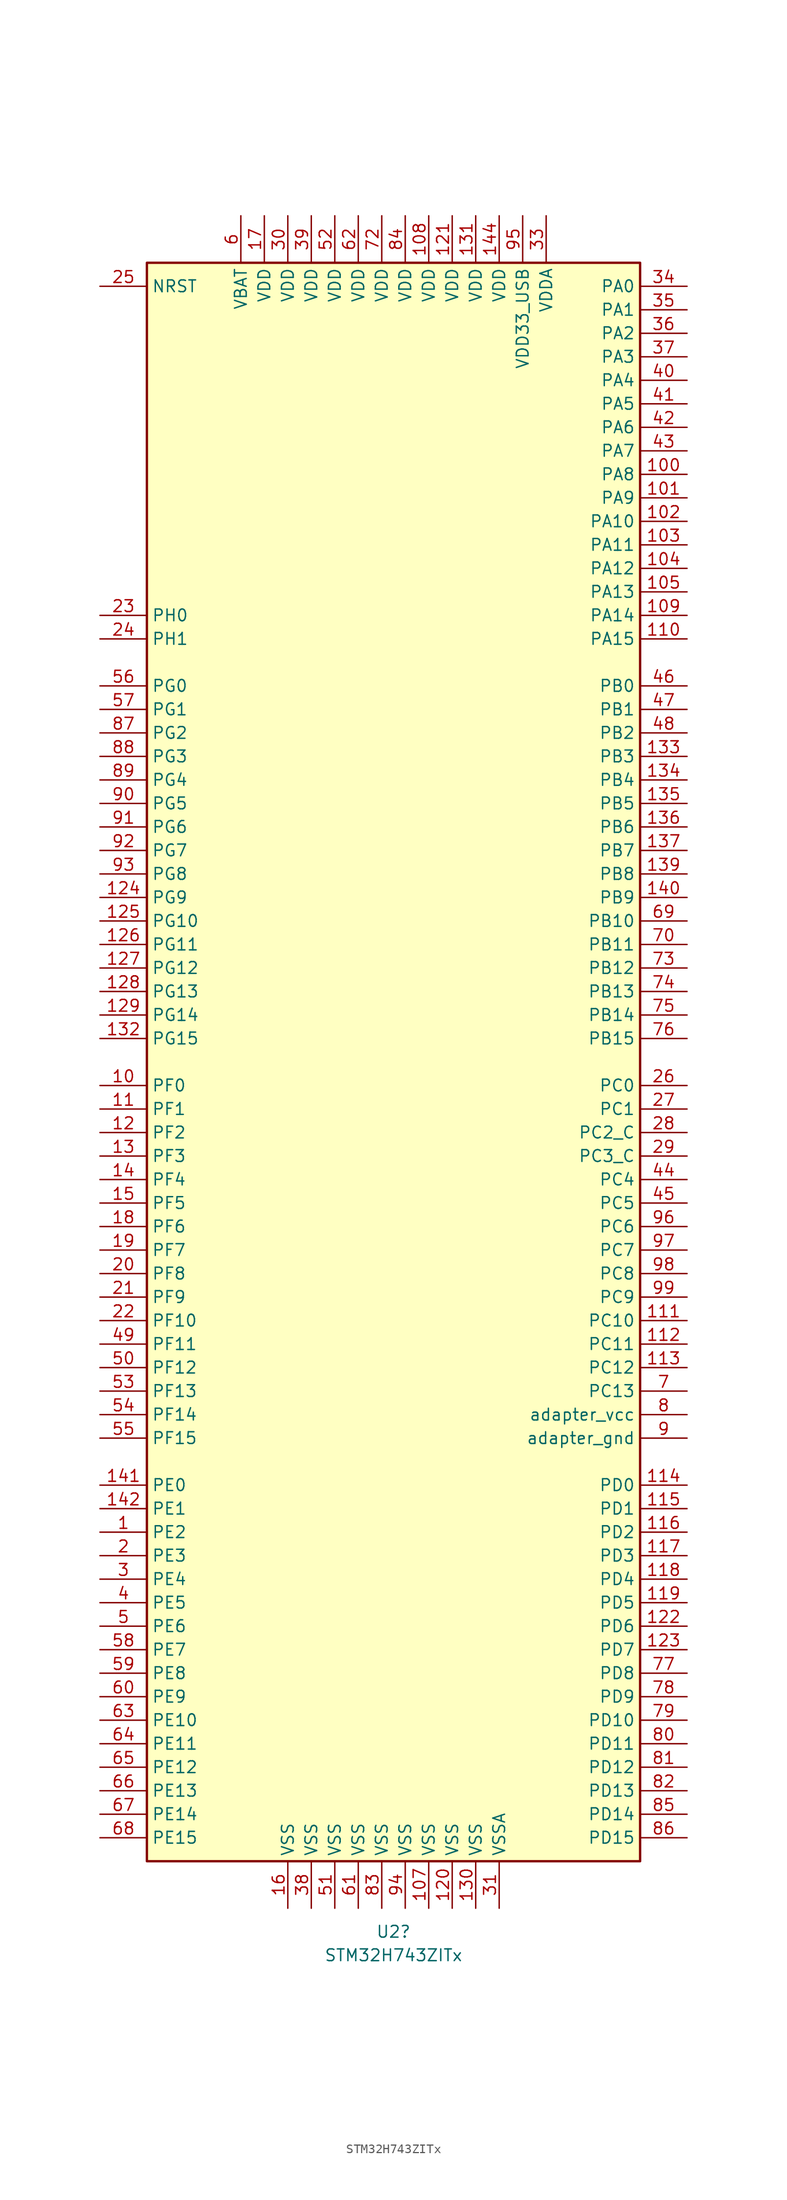
<source format=kicad_sym>
(kicad_symbol_lib
  (version 20201005)
  (generator kicad_symbol_editor)
  (symbol "MCU_ST_STM32H7:STM32H743ZITx"
    (property "Reference" "U2"
      (at -1.27 -93.98 0)
      (effects (font (size 1.27 1.27))))
    (property "Value" "STM32H743ZITx"
      (at -1.27 -96.52 0)
      (effects (font (size 1.27 1.27))))
    (symbol "STM32H743ZITx_0_1"
      (rectangle (start -27.94 -86.36) (end 25.4 86.36) (stroke (width 0.254)) (fill (type background))))
    (symbol "STM32H743ZITx_1_1"
      (pin bidirectional line (at -33.02 -50.8 0) (length 5.08) (name "PE2" (effects (font (size 1.27 1.27)))) (number "1" (effects (font (size 1.27 1.27)))))
      (pin bidirectional line (at -33.02 -2.54 0) (length 5.08) (name "PF0" (effects (font (size 1.27 1.27)))) (number "10" (effects (font (size 1.27 1.27)))))
      (pin bidirectional line (at 30.48 63.5 180) (length 5.08) (name "PA8" (effects (font (size 1.27 1.27)))) (number "100" (effects (font (size 1.27 1.27)))))
      (pin bidirectional line (at 30.48 60.96 180) (length 5.08) (name "PA9" (effects (font (size 1.27 1.27)))) (number "101" (effects (font (size 1.27 1.27)))))
      (pin bidirectional line (at 30.48 58.42 180) (length 5.08) (name "PA10" (effects (font (size 1.27 1.27)))) (number "102" (effects (font (size 1.27 1.27)))))
      (pin bidirectional line (at 30.48 55.88 180) (length 5.08) (name "PA11" (effects (font (size 1.27 1.27)))) (number "103" (effects (font (size 1.27 1.27)))))
      (pin bidirectional line (at 30.48 53.34 180) (length 5.08) (name "PA12" (effects (font (size 1.27 1.27)))) (number "104" (effects (font (size 1.27 1.27)))))
      (pin bidirectional line (at 30.48 50.8 180) (length 5.08) (name "PA13" (effects (font (size 1.27 1.27)))) (number "105" (effects (font (size 1.27 1.27)))))
      (pin power_in line (at 2.54 -91.44 90) (length 5.08) (name "VSS" (effects (font (size 1.27 1.27)))) (number "107" (effects (font (size 1.27 1.27)))))
      (pin power_in line (at 2.54 91.44 270) (length 5.08) (name "VDD" (effects (font (size 1.27 1.27)))) (number "108" (effects (font (size 1.27 1.27)))))
      (pin bidirectional line (at 30.48 48.26 180) (length 5.08) (name "PA14" (effects (font (size 1.27 1.27)))) (number "109" (effects (font (size 1.27 1.27)))))
      (pin bidirectional line (at -33.02 -5.08 0) (length 5.08) (name "PF1" (effects (font (size 1.27 1.27)))) (number "11" (effects (font (size 1.27 1.27)))))
      (pin bidirectional line (at 30.48 45.72 180) (length 5.08) (name "PA15" (effects (font (size 1.27 1.27)))) (number "110" (effects (font (size 1.27 1.27)))))
      (pin bidirectional line (at 30.48 -27.94 180) (length 5.08) (name "PC10" (effects (font (size 1.27 1.27)))) (number "111" (effects (font (size 1.27 1.27)))))
      (pin bidirectional line (at 30.48 -30.48 180) (length 5.08) (name "PC11" (effects (font (size 1.27 1.27)))) (number "112" (effects (font (size 1.27 1.27)))))
      (pin bidirectional line (at 30.48 -33.02 180) (length 5.08) (name "PC12" (effects (font (size 1.27 1.27)))) (number "113" (effects (font (size 1.27 1.27)))))
      (pin bidirectional line (at 30.48 -45.72 180) (length 5.08) (name "PD0" (effects (font (size 1.27 1.27)))) (number "114" (effects (font (size 1.27 1.27)))))
      (pin bidirectional line (at 30.48 -48.26 180) (length 5.08) (name "PD1" (effects (font (size 1.27 1.27)))) (number "115" (effects (font (size 1.27 1.27)))))
      (pin bidirectional line (at 30.48 -50.8 180) (length 5.08) (name "PD2" (effects (font (size 1.27 1.27)))) (number "116" (effects (font (size 1.27 1.27)))))
      (pin bidirectional line (at 30.48 -53.34 180) (length 5.08) (name "PD3" (effects (font (size 1.27 1.27)))) (number "117" (effects (font (size 1.27 1.27)))))
      (pin bidirectional line (at 30.48 -55.88 180) (length 5.08) (name "PD4" (effects (font (size 1.27 1.27)))) (number "118" (effects (font (size 1.27 1.27)))))
      (pin bidirectional line (at 30.48 -58.42 180) (length 5.08) (name "PD5" (effects (font (size 1.27 1.27)))) (number "119" (effects (font (size 1.27 1.27)))))
      (pin bidirectional line (at -33.02 -7.62 0) (length 5.08) (name "PF2" (effects (font (size 1.27 1.27)))) (number "12" (effects (font (size 1.27 1.27)))))
      (pin power_in line (at 5.08 -91.44 90) (length 5.08) (name "VSS" (effects (font (size 1.27 1.27)))) (number "120" (effects (font (size 1.27 1.27)))))
      (pin power_in line (at 5.08 91.44 270) (length 5.08) (name "VDD" (effects (font (size 1.27 1.27)))) (number "121" (effects (font (size 1.27 1.27)))))
      (pin bidirectional line (at 30.48 -60.96 180) (length 5.08) (name "PD6" (effects (font (size 1.27 1.27)))) (number "122" (effects (font (size 1.27 1.27)))))
      (pin bidirectional line (at 30.48 -63.5 180) (length 5.08) (name "PD7" (effects (font (size 1.27 1.27)))) (number "123" (effects (font (size 1.27 1.27)))))
      (pin bidirectional line (at -33.02 17.78 0) (length 5.08) (name "PG9" (effects (font (size 1.27 1.27)))) (number "124" (effects (font (size 1.27 1.27)))))
      (pin bidirectional line (at -33.02 15.24 0) (length 5.08) (name "PG10" (effects (font (size 1.27 1.27)))) (number "125" (effects (font (size 1.27 1.27)))))
      (pin bidirectional line (at -33.02 12.7 0) (length 5.08) (name "PG11" (effects (font (size 1.27 1.27)))) (number "126" (effects (font (size 1.27 1.27)))))
      (pin bidirectional line (at -33.02 10.16 0) (length 5.08) (name "PG12" (effects (font (size 1.27 1.27)))) (number "127" (effects (font (size 1.27 1.27)))))
      (pin bidirectional line (at -33.02 7.62 0) (length 5.08) (name "PG13" (effects (font (size 1.27 1.27)))) (number "128" (effects (font (size 1.27 1.27)))))
      (pin bidirectional line (at -33.02 5.08 0) (length 5.08) (name "PG14" (effects (font (size 1.27 1.27)))) (number "129" (effects (font (size 1.27 1.27)))))
      (pin bidirectional line (at -33.02 -10.16 0) (length 5.08) (name "PF3" (effects (font (size 1.27 1.27)))) (number "13" (effects (font (size 1.27 1.27)))))
      (pin power_in line (at 7.62 -91.44 90) (length 5.08) (name "VSS" (effects (font (size 1.27 1.27)))) (number "130" (effects (font (size 1.27 1.27)))))
      (pin power_in line (at 7.62 91.44 270) (length 5.08) (name "VDD" (effects (font (size 1.27 1.27)))) (number "131" (effects (font (size 1.27 1.27)))))
      (pin bidirectional line (at -33.02 2.54 0) (length 5.08) (name "PG15" (effects (font (size 1.27 1.27)))) (number "132" (effects (font (size 1.27 1.27)))))
      (pin bidirectional line (at 30.48 33.02 180) (length 5.08) (name "PB3" (effects (font (size 1.27 1.27)))) (number "133" (effects (font (size 1.27 1.27)))))
      (pin bidirectional line (at 30.48 30.48 180) (length 5.08) (name "PB4" (effects (font (size 1.27 1.27)))) (number "134" (effects (font (size 1.27 1.27)))))
      (pin bidirectional line (at 30.48 27.94 180) (length 5.08) (name "PB5" (effects (font (size 1.27 1.27)))) (number "135" (effects (font (size 1.27 1.27)))))
      (pin bidirectional line (at 30.48 25.4 180) (length 5.08) (name "PB6" (effects (font (size 1.27 1.27)))) (number "136" (effects (font (size 1.27 1.27)))))
      (pin bidirectional line (at 30.48 22.86 180) (length 5.08) (name "PB7" (effects (font (size 1.27 1.27)))) (number "137" (effects (font (size 1.27 1.27)))))
      (pin bidirectional line (at 30.48 20.32 180) (length 5.08) (name "PB8" (effects (font (size 1.27 1.27)))) (number "139" (effects (font (size 1.27 1.27)))))
      (pin bidirectional line (at -33.02 -12.7 0) (length 5.08) (name "PF4" (effects (font (size 1.27 1.27)))) (number "14" (effects (font (size 1.27 1.27)))))
      (pin bidirectional line (at 30.48 17.78 180) (length 5.08) (name "PB9" (effects (font (size 1.27 1.27)))) (number "140" (effects (font (size 1.27 1.27)))))
      (pin bidirectional line (at -33.02 -45.72 0) (length 5.08) (name "PE0" (effects (font (size 1.27 1.27)))) (number "141" (effects (font (size 1.27 1.27)))))
      (pin bidirectional line (at -33.02 -48.26 0) (length 5.08) (name "PE1" (effects (font (size 1.27 1.27)))) (number "142" (effects (font (size 1.27 1.27)))))
      (pin power_in line (at 10.16 91.44 270) (length 5.08) (name "VDD" (effects (font (size 1.27 1.27)))) (number "144" (effects (font (size 1.27 1.27)))))
      (pin bidirectional line (at -33.02 -15.24 0) (length 5.08) (name "PF5" (effects (font (size 1.27 1.27)))) (number "15" (effects (font (size 1.27 1.27)))))
      (pin power_in line (at -12.7 -91.44 90) (length 5.08) (name "VSS" (effects (font (size 1.27 1.27)))) (number "16" (effects (font (size 1.27 1.27)))))
      (pin power_in line (at -15.24 91.44 270) (length 5.08) (name "VDD" (effects (font (size 1.27 1.27)))) (number "17" (effects (font (size 1.27 1.27)))))
      (pin bidirectional line (at -33.02 -17.78 0) (length 5.08) (name "PF6" (effects (font (size 1.27 1.27)))) (number "18" (effects (font (size 1.27 1.27)))))
      (pin bidirectional line (at -33.02 -20.32 0) (length 5.08) (name "PF7" (effects (font (size 1.27 1.27)))) (number "19" (effects (font (size 1.27 1.27)))))
      (pin bidirectional line (at -33.02 -53.34 0) (length 5.08) (name "PE3" (effects (font (size 1.27 1.27)))) (number "2" (effects (font (size 1.27 1.27)))))
      (pin bidirectional line (at -33.02 -22.86 0) (length 5.08) (name "PF8" (effects (font (size 1.27 1.27)))) (number "20" (effects (font (size 1.27 1.27)))))
      (pin bidirectional line (at -33.02 -25.4 0) (length 5.08) (name "PF9" (effects (font (size 1.27 1.27)))) (number "21" (effects (font (size 1.27 1.27)))))
      (pin bidirectional line (at -33.02 -27.94 0) (length 5.08) (name "PF10" (effects (font (size 1.27 1.27)))) (number "22" (effects (font (size 1.27 1.27)))))
      (pin input line (at -33.02 48.26 0) (length 5.08) (name "PH0" (effects (font (size 1.27 1.27)))) (number "23" (effects (font (size 1.27 1.27)))))
      (pin input line (at -33.02 45.72 0) (length 5.08) (name "PH1" (effects (font (size 1.27 1.27)))) (number "24" (effects (font (size 1.27 1.27)))))
      (pin input line (at -33.02 83.82 0) (length 5.08) (name "NRST" (effects (font (size 1.27 1.27)))) (number "25" (effects (font (size 1.27 1.27)))))
      (pin bidirectional line (at 30.48 -2.54 180) (length 5.08) (name "PC0" (effects (font (size 1.27 1.27)))) (number "26" (effects (font (size 1.27 1.27)))))
      (pin bidirectional line (at 30.48 -5.08 180) (length 5.08) (name "PC1" (effects (font (size 1.27 1.27)))) (number "27" (effects (font (size 1.27 1.27)))))
      (pin bidirectional line (at 30.48 -7.62 180) (length 5.08) (name "PC2_C" (effects (font (size 1.27 1.27)))) (number "28" (effects (font (size 1.27 1.27)))))
      (pin bidirectional line (at 30.48 -10.16 180) (length 5.08) (name "PC3_C" (effects (font (size 1.27 1.27)))) (number "29" (effects (font (size 1.27 1.27)))))
      (pin bidirectional line (at -33.02 -55.88 0) (length 5.08) (name "PE4" (effects (font (size 1.27 1.27)))) (number "3" (effects (font (size 1.27 1.27)))))
      (pin power_in line (at -12.7 91.44 270) (length 5.08) (name "VDD" (effects (font (size 1.27 1.27)))) (number "30" (effects (font (size 1.27 1.27)))))
      (pin power_in line (at 10.16 -91.44 90) (length 5.08) (name "VSSA" (effects (font (size 1.27 1.27)))) (number "31" (effects (font (size 1.27 1.27)))))
      (pin power_in line (at 15.24 91.44 270) (length 5.08) (name "VDDA" (effects (font (size 1.27 1.27)))) (number "33" (effects (font (size 1.27 1.27)))))
      (pin bidirectional line (at 30.48 83.82 180) (length 5.08) (name "PA0" (effects (font (size 1.27 1.27)))) (number "34" (effects (font (size 1.27 1.27)))))
      (pin bidirectional line (at 30.48 81.28 180) (length 5.08) (name "PA1" (effects (font (size 1.27 1.27)))) (number "35" (effects (font (size 1.27 1.27)))))
      (pin bidirectional line (at 30.48 78.74 180) (length 5.08) (name "PA2" (effects (font (size 1.27 1.27)))) (number "36" (effects (font (size 1.27 1.27)))))
      (pin bidirectional line (at 30.48 76.2 180) (length 5.08) (name "PA3" (effects (font (size 1.27 1.27)))) (number "37" (effects (font (size 1.27 1.27)))))
      (pin power_in line (at -10.16 -91.44 90) (length 5.08) (name "VSS" (effects (font (size 1.27 1.27)))) (number "38" (effects (font (size 1.27 1.27)))))
      (pin power_in line (at -10.16 91.44 270) (length 5.08) (name "VDD" (effects (font (size 1.27 1.27)))) (number "39" (effects (font (size 1.27 1.27)))))
      (pin bidirectional line (at -33.02 -58.42 0) (length 5.08) (name "PE5" (effects (font (size 1.27 1.27)))) (number "4" (effects (font (size 1.27 1.27)))))
      (pin bidirectional line (at 30.48 73.66 180) (length 5.08) (name "PA4" (effects (font (size 1.27 1.27)))) (number "40" (effects (font (size 1.27 1.27)))))
      (pin bidirectional line (at 30.48 71.12 180) (length 5.08) (name "PA5" (effects (font (size 1.27 1.27)))) (number "41" (effects (font (size 1.27 1.27)))))
      (pin bidirectional line (at 30.48 68.58 180) (length 5.08) (name "PA6" (effects (font (size 1.27 1.27)))) (number "42" (effects (font (size 1.27 1.27)))))
      (pin bidirectional line (at 30.48 66.04 180) (length 5.08) (name "PA7" (effects (font (size 1.27 1.27)))) (number "43" (effects (font (size 1.27 1.27)))))
      (pin bidirectional line (at 30.48 -12.7 180) (length 5.08) (name "PC4" (effects (font (size 1.27 1.27)))) (number "44" (effects (font (size 1.27 1.27)))))
      (pin bidirectional line (at 30.48 -15.24 180) (length 5.08) (name "PC5" (effects (font (size 1.27 1.27)))) (number "45" (effects (font (size 1.27 1.27)))))
      (pin bidirectional line (at 30.48 40.64 180) (length 5.08) (name "PB0" (effects (font (size 1.27 1.27)))) (number "46" (effects (font (size 1.27 1.27)))))
      (pin bidirectional line (at 30.48 38.1 180) (length 5.08) (name "PB1" (effects (font (size 1.27 1.27)))) (number "47" (effects (font (size 1.27 1.27)))))
      (pin bidirectional line (at 30.48 35.56 180) (length 5.08) (name "PB2" (effects (font (size 1.27 1.27)))) (number "48" (effects (font (size 1.27 1.27)))))
      (pin bidirectional line (at -33.02 -30.48 0) (length 5.08) (name "PF11" (effects (font (size 1.27 1.27)))) (number "49" (effects (font (size 1.27 1.27)))))
      (pin bidirectional line (at -33.02 -60.96 0) (length 5.08) (name "PE6" (effects (font (size 1.27 1.27)))) (number "5" (effects (font (size 1.27 1.27)))))
      (pin bidirectional line (at -33.02 -33.02 0) (length 5.08) (name "PF12" (effects (font (size 1.27 1.27)))) (number "50" (effects (font (size 1.27 1.27)))))
      (pin power_in line (at -7.62 -91.44 90) (length 5.08) (name "VSS" (effects (font (size 1.27 1.27)))) (number "51" (effects (font (size 1.27 1.27)))))
      (pin power_in line (at -7.62 91.44 270) (length 5.08) (name "VDD" (effects (font (size 1.27 1.27)))) (number "52" (effects (font (size 1.27 1.27)))))
      (pin bidirectional line (at -33.02 -35.56 0) (length 5.08) (name "PF13" (effects (font (size 1.27 1.27)))) (number "53" (effects (font (size 1.27 1.27)))))
      (pin bidirectional line (at -33.02 -38.1 0) (length 5.08) (name "PF14" (effects (font (size 1.27 1.27)))) (number "54" (effects (font (size 1.27 1.27)))))
      (pin bidirectional line (at -33.02 -40.64 0) (length 5.08) (name "PF15" (effects (font (size 1.27 1.27)))) (number "55" (effects (font (size 1.27 1.27)))))
      (pin bidirectional line (at -33.02 40.64 0) (length 5.08) (name "PG0" (effects (font (size 1.27 1.27)))) (number "56" (effects (font (size 1.27 1.27)))))
      (pin bidirectional line (at -33.02 38.1 0) (length 5.08) (name "PG1" (effects (font (size 1.27 1.27)))) (number "57" (effects (font (size 1.27 1.27)))))
      (pin bidirectional line (at -33.02 -63.5 0) (length 5.08) (name "PE7" (effects (font (size 1.27 1.27)))) (number "58" (effects (font (size 1.27 1.27)))))
      (pin bidirectional line (at -33.02 -66.04 0) (length 5.08) (name "PE8" (effects (font (size 1.27 1.27)))) (number "59" (effects (font (size 1.27 1.27)))))
      (pin power_in line (at -17.78 91.44 270) (length 5.08) (name "VBAT" (effects (font (size 1.27 1.27)))) (number "6" (effects (font (size 1.27 1.27)))))
      (pin bidirectional line (at -33.02 -68.58 0) (length 5.08) (name "PE9" (effects (font (size 1.27 1.27)))) (number "60" (effects (font (size 1.27 1.27)))))
      (pin power_in line (at -5.08 -91.44 90) (length 5.08) (name "VSS" (effects (font (size 1.27 1.27)))) (number "61" (effects (font (size 1.27 1.27)))))
      (pin power_in line (at -5.08 91.44 270) (length 5.08) (name "VDD" (effects (font (size 1.27 1.27)))) (number "62" (effects (font (size 1.27 1.27)))))
      (pin bidirectional line (at -33.02 -71.12 0) (length 5.08) (name "PE10" (effects (font (size 1.27 1.27)))) (number "63" (effects (font (size 1.27 1.27)))))
      (pin bidirectional line (at -33.02 -73.66 0) (length 5.08) (name "PE11" (effects (font (size 1.27 1.27)))) (number "64" (effects (font (size 1.27 1.27)))))
      (pin bidirectional line (at -33.02 -76.2 0) (length 5.08) (name "PE12" (effects (font (size 1.27 1.27)))) (number "65" (effects (font (size 1.27 1.27)))))
      (pin bidirectional line (at -33.02 -78.74 0) (length 5.08) (name "PE13" (effects (font (size 1.27 1.27)))) (number "66" (effects (font (size 1.27 1.27)))))
      (pin bidirectional line (at -33.02 -81.28 0) (length 5.08) (name "PE14" (effects (font (size 1.27 1.27)))) (number "67" (effects (font (size 1.27 1.27)))))
      (pin bidirectional line (at -33.02 -83.82 0) (length 5.08) (name "PE15" (effects (font (size 1.27 1.27)))) (number "68" (effects (font (size 1.27 1.27)))))
      (pin bidirectional line (at 30.48 15.24 180) (length 5.08) (name "PB10" (effects (font (size 1.27 1.27)))) (number "69" (effects (font (size 1.27 1.27)))))
      (pin bidirectional line (at 30.48 -35.56 180) (length 5.08) (name "PC13" (effects (font (size 1.27 1.27)))) (number "7" (effects (font (size 1.27 1.27)))))
      (pin bidirectional line (at 30.48 12.7 180) (length 5.08) (name "PB11" (effects (font (size 1.27 1.27)))) (number "70" (effects (font (size 1.27 1.27)))))
      (pin power_in line (at -2.54 91.44 270) (length 5.08) (name "VDD" (effects (font (size 1.27 1.27)))) (number "72" (effects (font (size 1.27 1.27)))))
      (pin bidirectional line (at 30.48 10.16 180) (length 5.08) (name "PB12" (effects (font (size 1.27 1.27)))) (number "73" (effects (font (size 1.27 1.27)))))
      (pin bidirectional line (at 30.48 7.62 180) (length 5.08) (name "PB13" (effects (font (size 1.27 1.27)))) (number "74" (effects (font (size 1.27 1.27)))))
      (pin bidirectional line (at 30.48 5.08 180) (length 5.08) (name "PB14" (effects (font (size 1.27 1.27)))) (number "75" (effects (font (size 1.27 1.27)))))
      (pin bidirectional line (at 30.48 2.54 180) (length 5.08) (name "PB15" (effects (font (size 1.27 1.27)))) (number "76" (effects (font (size 1.27 1.27)))))
      (pin bidirectional line (at 30.48 -66.04 180) (length 5.08) (name "PD8" (effects (font (size 1.27 1.27)))) (number "77" (effects (font (size 1.27 1.27)))))
      (pin bidirectional line (at 30.48 -68.58 180) (length 5.08) (name "PD9" (effects (font (size 1.27 1.27)))) (number "78" (effects (font (size 1.27 1.27)))))
      (pin bidirectional line (at 30.48 -71.12 180) (length 5.08) (name "PD10" (effects (font (size 1.27 1.27)))) (number "79" (effects (font (size 1.27 1.27)))))
      (pin passive line (at 30.48 -38.1 180) (length 5.08) (name "adapter_vcc" (effects (font (size 1.27 1.27)))) (number "8" (effects (font (size 1.27 1.27)))))
      (pin bidirectional line (at 30.48 -73.66 180) (length 5.08) (name "PD11" (effects (font (size 1.27 1.27)))) (number "80" (effects (font (size 1.27 1.27)))))
      (pin bidirectional line (at 30.48 -76.2 180) (length 5.08) (name "PD12" (effects (font (size 1.27 1.27)))) (number "81" (effects (font (size 1.27 1.27)))))
      (pin bidirectional line (at 30.48 -78.74 180) (length 5.08) (name "PD13" (effects (font (size 1.27 1.27)))) (number "82" (effects (font (size 1.27 1.27)))))
      (pin power_in line (at -2.54 -91.44 90) (length 5.08) (name "VSS" (effects (font (size 1.27 1.27)))) (number "83" (effects (font (size 1.27 1.27)))))
      (pin power_in line (at 0 91.44 270) (length 5.08) (name "VDD" (effects (font (size 1.27 1.27)))) (number "84" (effects (font (size 1.27 1.27)))))
      (pin bidirectional line (at 30.48 -81.28 180) (length 5.08) (name "PD14" (effects (font (size 1.27 1.27)))) (number "85" (effects (font (size 1.27 1.27)))))
      (pin bidirectional line (at 30.48 -83.82 180) (length 5.08) (name "PD15" (effects (font (size 1.27 1.27)))) (number "86" (effects (font (size 1.27 1.27)))))
      (pin bidirectional line (at -33.02 35.56 0) (length 5.08) (name "PG2" (effects (font (size 1.27 1.27)))) (number "87" (effects (font (size 1.27 1.27)))))
      (pin bidirectional line (at -33.02 33.02 0) (length 5.08) (name "PG3" (effects (font (size 1.27 1.27)))) (number "88" (effects (font (size 1.27 1.27)))))
      (pin bidirectional line (at -33.02 30.48 0) (length 5.08) (name "PG4" (effects (font (size 1.27 1.27)))) (number "89" (effects (font (size 1.27 1.27)))))
      (pin passive line (at 30.48 -40.64 180) (length 5.08) (name "adapter_gnd" (effects (font (size 1.27 1.27)))) (number "9" (effects (font (size 1.27 1.27)))))
      (pin bidirectional line (at -33.02 27.94 0) (length 5.08) (name "PG5" (effects (font (size 1.27 1.27)))) (number "90" (effects (font (size 1.27 1.27)))))
      (pin bidirectional line (at -33.02 25.4 0) (length 5.08) (name "PG6" (effects (font (size 1.27 1.27)))) (number "91" (effects (font (size 1.27 1.27)))))
      (pin bidirectional line (at -33.02 22.86 0) (length 5.08) (name "PG7" (effects (font (size 1.27 1.27)))) (number "92" (effects (font (size 1.27 1.27)))))
      (pin bidirectional line (at -33.02 20.32 0) (length 5.08) (name "PG8" (effects (font (size 1.27 1.27)))) (number "93" (effects (font (size 1.27 1.27)))))
      (pin power_in line (at 0 -91.44 90) (length 5.08) (name "VSS" (effects (font (size 1.27 1.27)))) (number "94" (effects (font (size 1.27 1.27)))))
      (pin power_in line (at 12.7 91.44 270) (length 5.08) (name "VDD33_USB" (effects (font (size 1.27 1.27)))) (number "95" (effects (font (size 1.27 1.27)))))
      (pin bidirectional line (at 30.48 -17.78 180) (length 5.08) (name "PC6" (effects (font (size 1.27 1.27)))) (number "96" (effects (font (size 1.27 1.27)))))
      (pin bidirectional line (at 30.48 -20.32 180) (length 5.08) (name "PC7" (effects (font (size 1.27 1.27)))) (number "97" (effects (font (size 1.27 1.27)))))
      (pin bidirectional line (at 30.48 -22.86 180) (length 5.08) (name "PC8" (effects (font (size 1.27 1.27)))) (number "98" (effects (font (size 1.27 1.27)))))
      (pin bidirectional line (at 30.48 -25.4 180) (length 5.08) (name "PC9" (effects (font (size 1.27 1.27)))) (number "99" (effects (font (size 1.27 1.27))))))))
</source>
